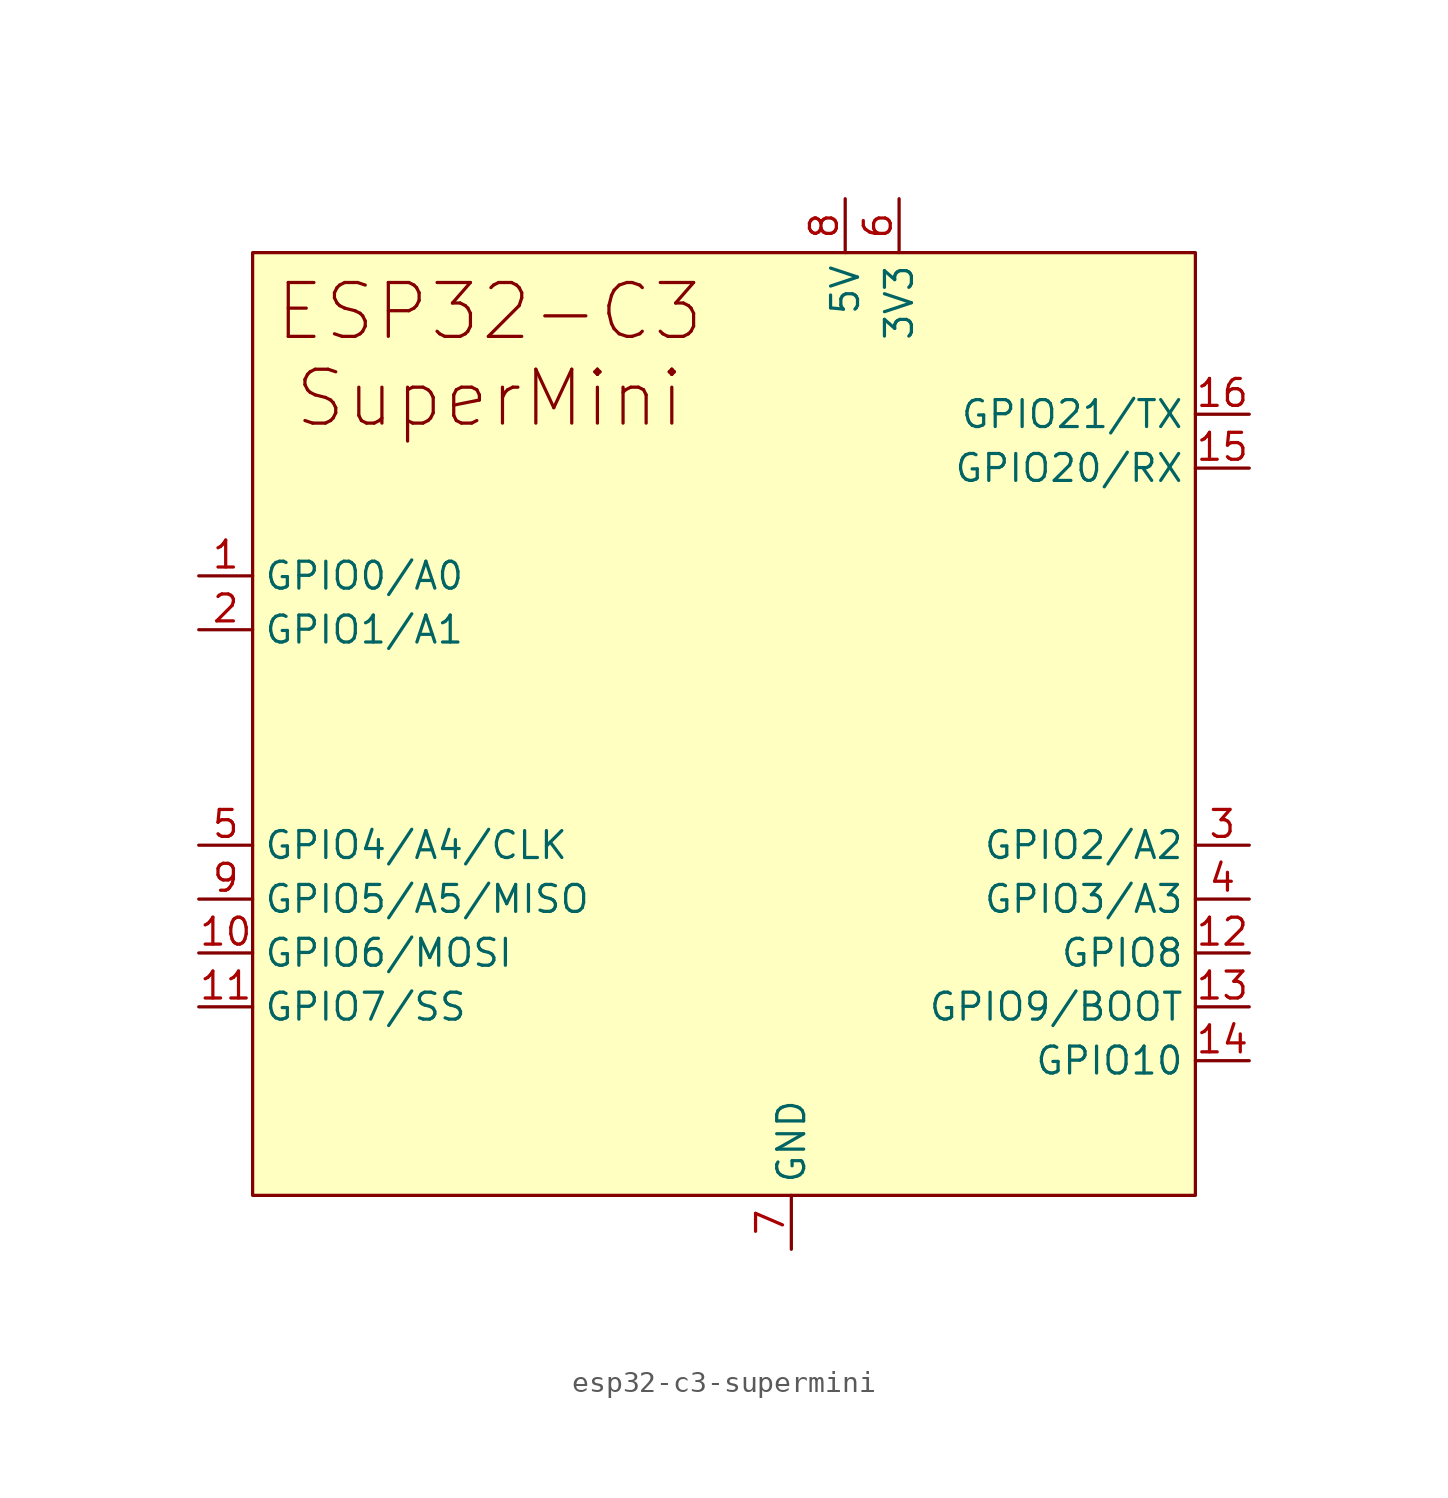
<source format=kicad_sym>
(kicad_symbol_lib
  (version 20241209)
  (generator "kicad_symbol_editor")
  (generator_version "9.0")
  (symbol "esp32-c3-supermini"
    (property "Reference" "U"
      (at 2.54 -7.366 0)
      (effects (font (size 1.27 1.27)) (hide yes)))
    (symbol "esp32-c3-supermini_0_1"
      (rectangle (start -22.86 21.59) (end 21.59 -22.86) (stroke (width 0) (type default)) (fill (type background))))
    (symbol "esp32-c3-supermini_1_0"
      (pin output line (at -25.4 6.35 0) (length 2.54) (name "GPIO0/A0" (effects (font (size 1.27 1.27)))) (number "1" (effects (font (size 1.27 1.27)))))
      (pin input line (at -25.4 3.81 0) (length 2.54) (name "GPIO1/A1" (effects (font (size 1.27 1.27)))) (number "2" (effects (font (size 1.27 1.27)))))
      (pin bidirectional line (at -25.4 -6.35 0) (length 2.54) (name "GPIO4/A4/CLK" (effects (font (size 1.27 1.27)))) (number "5" (effects (font (size 1.27 1.27)))))
      (pin bidirectional line (at -25.4 -8.89 0) (length 2.54) (name "GPIO5/A5/MISO" (effects (font (size 1.27 1.27)))) (number "9" (effects (font (size 1.27 1.27)))))
      (pin bidirectional line (at -25.4 -11.43 0) (length 2.54) (name "GPIO6/MOSI" (effects (font (size 1.27 1.27)))) (number "10" (effects (font (size 1.27 1.27)))))
      (pin bidirectional line (at -25.4 -13.97 0) (length 2.54) (name "GPIO7/SS" (effects (font (size 1.27 1.27)))) (number "11" (effects (font (size 1.27 1.27)))))
      (pin power_in line (at 2.54 -25.4 90) (length 2.54) (name "GND" (effects (font (size 1.27 1.27)))) (number "7" (effects (font (size 1.27 1.27)))))
      (pin power_in line (at 5.08 24.13 270) (length 2.54) (name "5V" (effects (font (size 1.27 1.27)))) (number "8" (effects (font (size 1.27 1.27)))))
      (pin power_out line (at 7.62 24.13 270) (length 2.54) (name "3V3" (effects (font (size 1.27 1.27)))) (number "6" (effects (font (size 1.27 1.27)))))
      (pin bidirectional line (at 24.13 13.97 180) (length 2.54) (name "GPIO21/TX" (effects (font (size 1.27 1.27)))) (number "16" (effects (font (size 1.27 1.27)))))
      (pin bidirectional line (at 24.13 11.43 180) (length 2.54) (name "GPIO20/RX" (effects (font (size 1.27 1.27)))) (number "15" (effects (font (size 1.27 1.27)))))
      (pin bidirectional line (at 24.13 -6.35 180) (length 2.54) (name "GPIO2/A2" (effects (font (size 1.27 1.27)))) (number "3" (effects (font (size 1.27 1.27)))))
      (pin bidirectional line (at 24.13 -8.89 180) (length 2.54) (name "GPIO3/A3" (effects (font (size 1.27 1.27)))) (number "4" (effects (font (size 1.27 1.27)))))
      (pin bidirectional line (at 24.13 -11.43 180) (length 2.54) (name "GPIO8" (effects (font (size 1.27 1.27)))) (number "12" (effects (font (size 1.27 1.27)))))
      (pin bidirectional line (at 24.13 -13.97 180) (length 2.54) (name "GPIO9/BOOT" (effects (font (size 1.27 1.27)))) (number "13" (effects (font (size 1.27 1.27)))))
      (pin bidirectional line (at 24.13 -16.51 180) (length 2.54) (name "GPIO10" (effects (font (size 1.27 1.27)))) (number "14" (effects (font (size 1.27 1.27))))))
    (symbol "esp32-c3-supermini_1_1"
      (text "ESP32-C3\nSuperMini" (at -11.684 16.764 0) (effects (font (size 2.54 2.54)))))))
</source>
